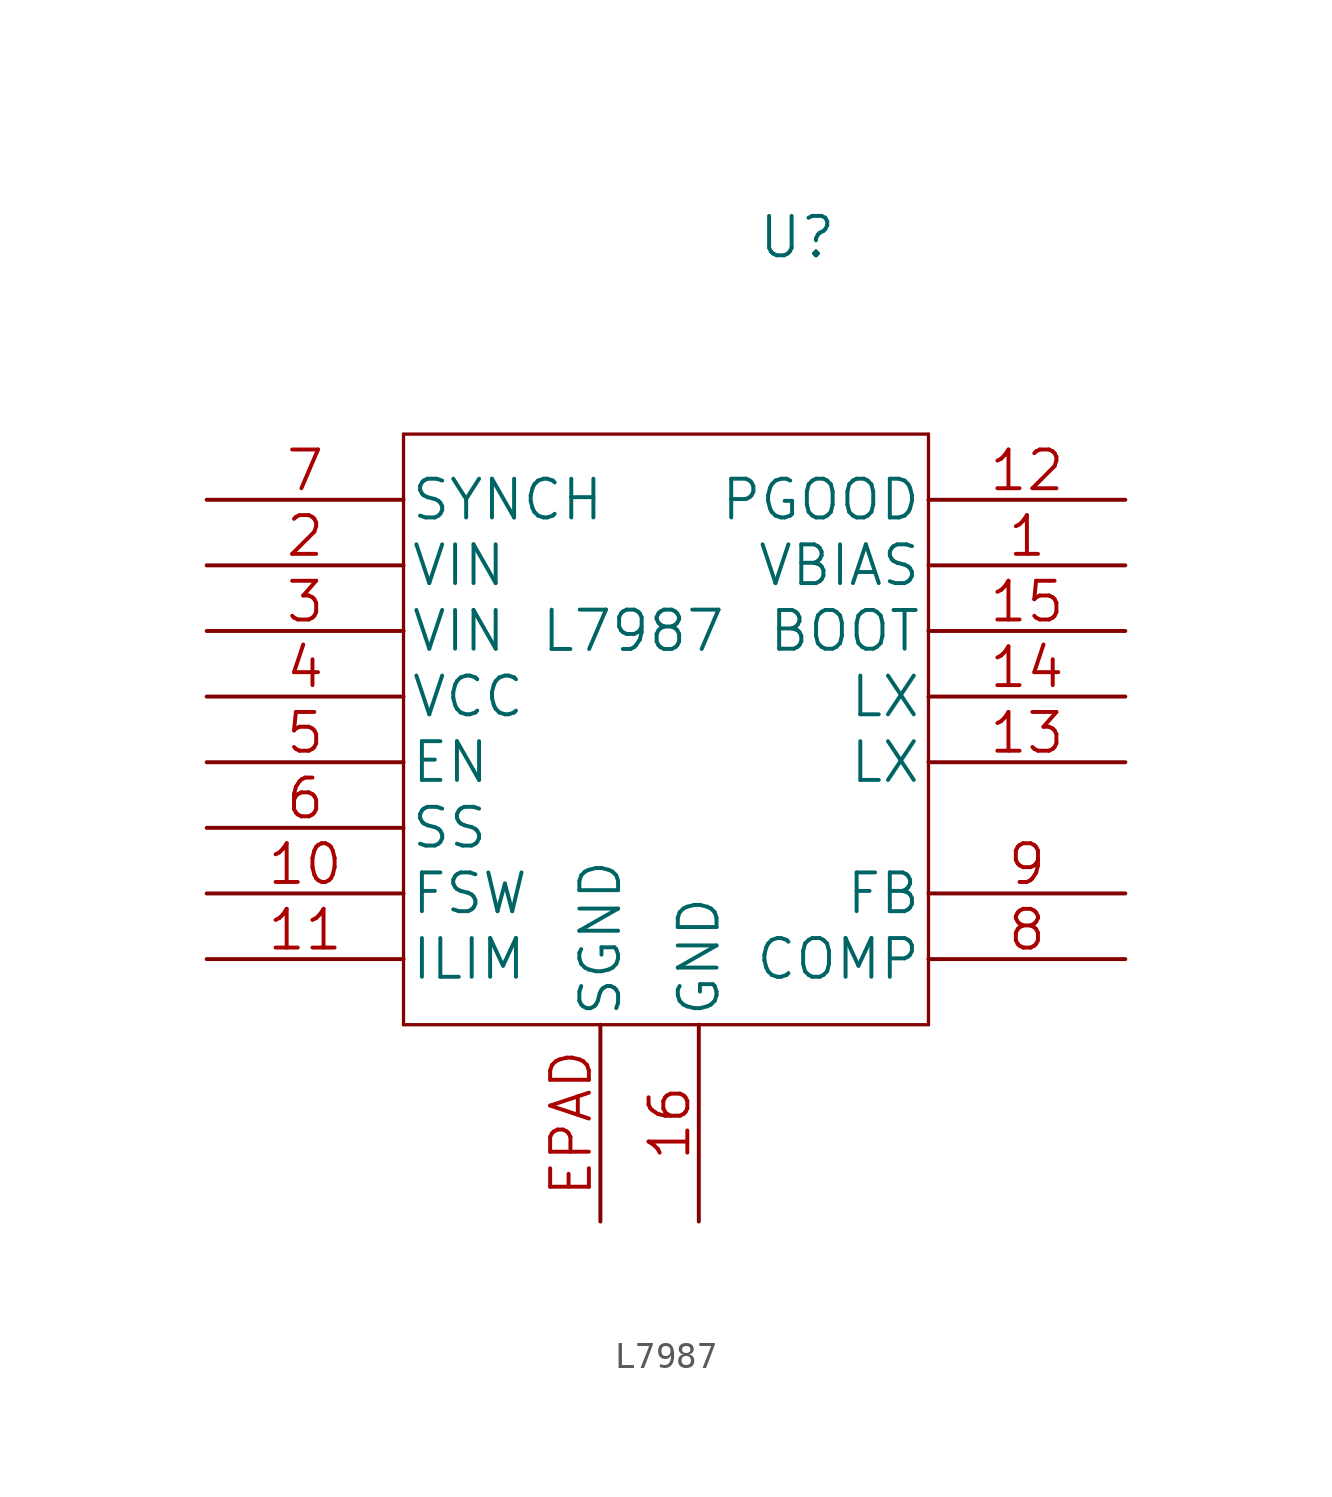
<source format=kicad_sym>
(kicad_symbol_lib
  (version 20220914)
  (generator kicad_symbol_editor)
  (symbol "L7987"
    (pin_names
      (offset 0.254))
    (property "Reference" "U"
      (at 22.86 10.16 0)
      (effects (font (size 1.524 1.524))))
    (property "Value" "L7987"
      (at 16.51 -5.08 0)
      (effects (font (size 1.524 1.524))))
    (property "Datasheet" ""
      (at 0 0 0)
      (effects (font (size 1.524 1.524))))
    (symbol "L7987_1_1"
      (polyline (pts (xy 7.62 -20.32) (xy 27.94 -20.32)) (stroke (width 0.127) (type default)) (fill (type none)))
      (polyline (pts (xy 7.62 2.54) (xy 7.62 -20.32)) (stroke (width 0.127) (type default)) (fill (type none)))
      (polyline (pts (xy 27.94 -20.32) (xy 27.94 2.54)) (stroke (width 0.127) (type default)) (fill (type none)))
      (polyline (pts (xy 27.94 2.54) (xy 7.62 2.54)) (stroke (width 0.127) (type default)) (fill (type none)))
      (pin passive line (at 35.56 -2.54 180) (length 7.62) (name "VBIAS" (effects (font (size 1.499 1.499)))) (number "1" (effects (font (size 1.499 1.499)))))
      (pin passive line (at 0 -15.24 0) (length 7.62) (name "FSW" (effects (font (size 1.499 1.499)))) (number "10" (effects (font (size 1.499 1.499)))))
      (pin passive line (at 0 -17.78 0) (length 7.62) (name "ILIM" (effects (font (size 1.499 1.499)))) (number "11" (effects (font (size 1.499 1.499)))))
      (pin output line (at 35.56 0 180) (length 7.62) (name "PGOOD" (effects (font (size 1.499 1.499)))) (number "12" (effects (font (size 1.499 1.499)))))
      (pin passive line (at 35.56 -10.16 180) (length 7.62) (name "LX" (effects (font (size 1.499 1.499)))) (number "13" (effects (font (size 1.499 1.499)))))
      (pin passive line (at 35.56 -7.62 180) (length 7.62) (name "LX" (effects (font (size 1.499 1.499)))) (number "14" (effects (font (size 1.499 1.499)))))
      (pin passive line (at 35.56 -5.08 180) (length 7.62) (name "BOOT" (effects (font (size 1.499 1.499)))) (number "15" (effects (font (size 1.499 1.499)))))
      (pin passive line (at 19.05 -27.94 90) (length 7.62) (name "GND" (effects (font (size 1.499 1.499)))) (number "16" (effects (font (size 1.499 1.499)))))
      (pin passive line (at 0 -2.54 0) (length 7.62) (name "VIN" (effects (font (size 1.499 1.499)))) (number "2" (effects (font (size 1.499 1.499)))))
      (pin passive line (at 0 -5.08 0) (length 7.62) (name "VIN" (effects (font (size 1.499 1.499)))) (number "3" (effects (font (size 1.499 1.499)))))
      (pin passive line (at 0 -7.62 0) (length 7.62) (name "VCC" (effects (font (size 1.499 1.499)))) (number "4" (effects (font (size 1.499 1.499)))))
      (pin input line (at 0 -10.16 0) (length 7.62) (name "EN" (effects (font (size 1.499 1.499)))) (number "5" (effects (font (size 1.499 1.499)))))
      (pin passive line (at 0 -12.7 0) (length 7.62) (name "SS" (effects (font (size 1.499 1.499)))) (number "6" (effects (font (size 1.499 1.499)))))
      (pin unspecified line (at 0 0 0) (length 7.62) (name "SYNCH" (effects (font (size 1.499 1.499)))) (number "7" (effects (font (size 1.499 1.499)))))
      (pin output line (at 35.56 -17.78 180) (length 7.62) (name "COMP" (effects (font (size 1.499 1.499)))) (number "8" (effects (font (size 1.499 1.499)))))
      (pin input line (at 35.56 -15.24 180) (length 7.62) (name "FB" (effects (font (size 1.499 1.499)))) (number "9" (effects (font (size 1.499 1.499)))))
      (pin passive line (at 15.24 -27.94 90) (length 7.62) (name "SGND" (effects (font (size 1.499 1.499)))) (number "EPAD" (effects (font (size 1.499 1.499))))))))
</source>
